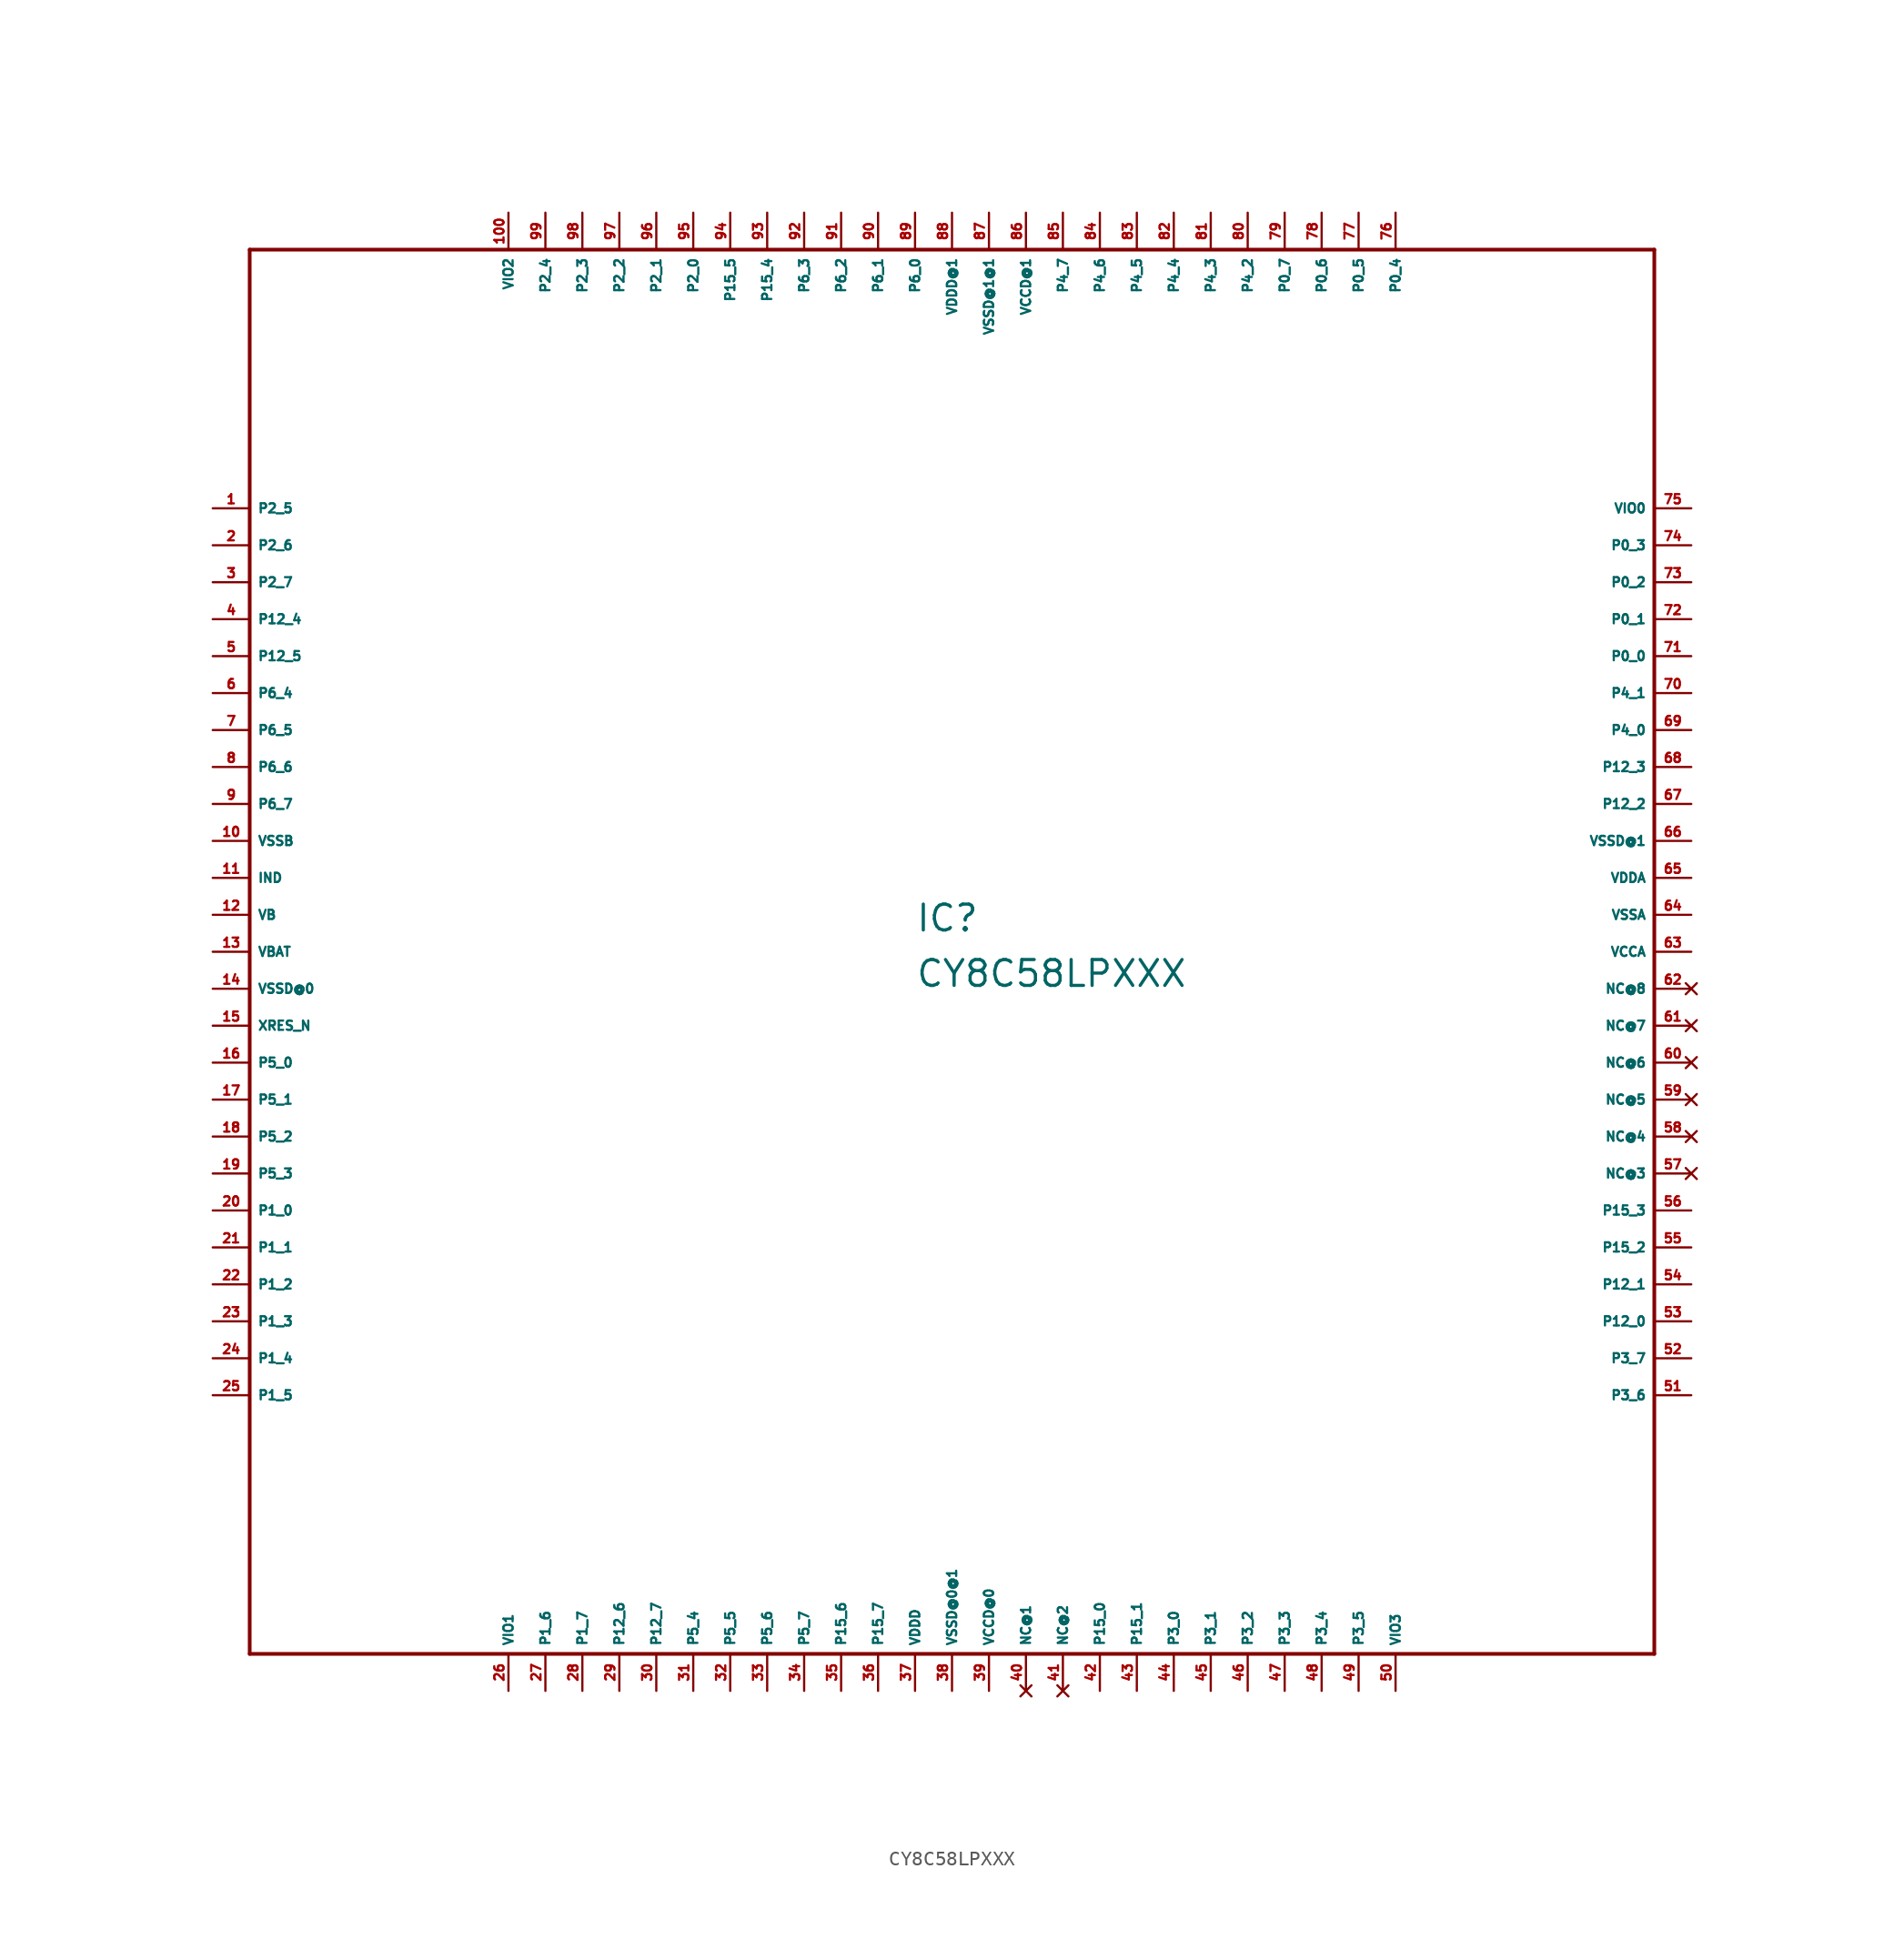
<source format=kicad_sym>
(kicad_symbol_lib
  (version 20220914)
  (generator Eagle2Kicad)
  (symbol "CY8C58LPXXX"
    (property "Reference" "IC"
      (at -2.54 1.27 0)
      (effects (font (size 1.778 1.778) (thickness 0.22)) (justify left bottom)))
    (property "Value" "CY8C58LPXXX"
      (at -2.54 -2.54 0)
      (effects (font (size 1.778 1.778) (thickness 0.22)) (justify left bottom)))
    (polyline
      (pts (xy -48.26 -48.26) (xy 48.26 -48.26))
      (stroke (width 0.254) (type default))
      (fill (type none)))
    (polyline
      (pts (xy 48.26 -48.26) (xy 48.26 48.26))
      (stroke (width 0.254) (type default))
      (fill (type none)))
    (polyline
      (pts (xy 48.26 48.26) (xy -48.26 48.26))
      (stroke (width 0.254) (type default))
      (fill (type none)))
    (polyline
      (pts (xy -48.26 48.26) (xy -48.26 -48.26))
      (stroke (width 0.254) (type default))
      (fill (type none)))
    (pin bidirectional line
      (at -50.8 30.48 0)
      (length 2.54)
      (name "P2_5" (effects (font (size 0.635 0.635) (thickness 0.08)) (justify left bottom)))
      (number "1" (effects (font (size 0.635 0.635) (thickness 0.08)) (justify left bottom))))
    (pin bidirectional line
      (at -50.8 27.94 0)
      (length 2.54)
      (name "P2_6" (effects (font (size 0.635 0.635) (thickness 0.08)) (justify left bottom)))
      (number "2" (effects (font (size 0.635 0.635) (thickness 0.08)) (justify left bottom))))
    (pin bidirectional line
      (at -50.8 25.4 0)
      (length 2.54)
      (name "P2_7" (effects (font (size 0.635 0.635) (thickness 0.08)) (justify left bottom)))
      (number "3" (effects (font (size 0.635 0.635) (thickness 0.08)) (justify left bottom))))
    (pin bidirectional line
      (at -50.8 22.86 0)
      (length 2.54)
      (name "P12_4" (effects (font (size 0.635 0.635) (thickness 0.08)) (justify left bottom)))
      (number "4" (effects (font (size 0.635 0.635) (thickness 0.08)) (justify left bottom))))
    (pin bidirectional line
      (at -50.8 20.32 0)
      (length 2.54)
      (name "P12_5" (effects (font (size 0.635 0.635) (thickness 0.08)) (justify left bottom)))
      (number "5" (effects (font (size 0.635 0.635) (thickness 0.08)) (justify left bottom))))
    (pin bidirectional line
      (at -50.8 17.78 0)
      (length 2.54)
      (name "P6_4" (effects (font (size 0.635 0.635) (thickness 0.08)) (justify left bottom)))
      (number "6" (effects (font (size 0.635 0.635) (thickness 0.08)) (justify left bottom))))
    (pin bidirectional line
      (at -50.8 15.24 0)
      (length 2.54)
      (name "P6_5" (effects (font (size 0.635 0.635) (thickness 0.08)) (justify left bottom)))
      (number "7" (effects (font (size 0.635 0.635) (thickness 0.08)) (justify left bottom))))
    (pin bidirectional line
      (at -50.8 12.7 0)
      (length 2.54)
      (name "P6_6" (effects (font (size 0.635 0.635) (thickness 0.08)) (justify left bottom)))
      (number "8" (effects (font (size 0.635 0.635) (thickness 0.08)) (justify left bottom))))
    (pin bidirectional line
      (at -50.8 10.16 0)
      (length 2.54)
      (name "P6_7" (effects (font (size 0.635 0.635) (thickness 0.08)) (justify left bottom)))
      (number "9" (effects (font (size 0.635 0.635) (thickness 0.08)) (justify left bottom))))
    (pin unspecified line
      (at -50.8 7.62 0)
      (length 2.54)
      (name "VSSB" (effects (font (size 0.635 0.635) (thickness 0.08)) (justify left bottom)))
      (number "10" (effects (font (size 0.635 0.635) (thickness 0.08)) (justify left bottom))))
    (pin passive line
      (at -50.8 5.08 0)
      (length 2.54)
      (name "IND" (effects (font (size 0.635 0.635) (thickness 0.08)) (justify left bottom)))
      (number "11" (effects (font (size 0.635 0.635) (thickness 0.08)) (justify left bottom))))
    (pin passive line
      (at -50.8 2.54 0)
      (length 2.54)
      (name "VB" (effects (font (size 0.635 0.635) (thickness 0.08)) (justify left bottom)))
      (number "12" (effects (font (size 0.635 0.635) (thickness 0.08)) (justify left bottom))))
    (pin passive line
      (at -50.8 0 0)
      (length 2.54)
      (name "VBAT" (effects (font (size 0.635 0.635) (thickness 0.08)) (justify left bottom)))
      (number "13" (effects (font (size 0.635 0.635) (thickness 0.08)) (justify left bottom))))
    (pin unspecified line
      (at -50.8 -2.54 0)
      (length 2.54)
      (name "VSSD@0" (effects (font (size 0.635 0.635) (thickness 0.08)) (justify left bottom)))
      (number "14" (effects (font (size 0.635 0.635) (thickness 0.08)) (justify left bottom))))
    (pin input line
      (at -50.8 -5.08 0)
      (length 2.54)
      (name "XRES_N" (effects (font (size 0.635 0.635) (thickness 0.08)) (justify left bottom)))
      (number "15" (effects (font (size 0.635 0.635) (thickness 0.08)) (justify left bottom))))
    (pin bidirectional line
      (at -50.8 -7.62 0)
      (length 2.54)
      (name "P5_0" (effects (font (size 0.635 0.635) (thickness 0.08)) (justify left bottom)))
      (number "16" (effects (font (size 0.635 0.635) (thickness 0.08)) (justify left bottom))))
    (pin bidirectional line
      (at -50.8 -10.16 0)
      (length 2.54)
      (name "P5_1" (effects (font (size 0.635 0.635) (thickness 0.08)) (justify left bottom)))
      (number "17" (effects (font (size 0.635 0.635) (thickness 0.08)) (justify left bottom))))
    (pin bidirectional line
      (at -50.8 -12.7 0)
      (length 2.54)
      (name "P5_2" (effects (font (size 0.635 0.635) (thickness 0.08)) (justify left bottom)))
      (number "18" (effects (font (size 0.635 0.635) (thickness 0.08)) (justify left bottom))))
    (pin bidirectional line
      (at -50.8 -15.24 0)
      (length 2.54)
      (name "P5_3" (effects (font (size 0.635 0.635) (thickness 0.08)) (justify left bottom)))
      (number "19" (effects (font (size 0.635 0.635) (thickness 0.08)) (justify left bottom))))
    (pin input line
      (at -50.8 -17.78 0)
      (length 2.54)
      (name "P1_0" (effects (font (size 0.635 0.635) (thickness 0.08)) (justify left bottom)))
      (number "20" (effects (font (size 0.635 0.635) (thickness 0.08)) (justify left bottom))))
    (pin input line
      (at -50.8 -20.32 0)
      (length 2.54)
      (name "P1_1" (effects (font (size 0.635 0.635) (thickness 0.08)) (justify left bottom)))
      (number "21" (effects (font (size 0.635 0.635) (thickness 0.08)) (justify left bottom))))
    (pin bidirectional line
      (at -50.8 -22.86 0)
      (length 2.54)
      (name "P1_2" (effects (font (size 0.635 0.635) (thickness 0.08)) (justify left bottom)))
      (number "22" (effects (font (size 0.635 0.635) (thickness 0.08)) (justify left bottom))))
    (pin output line
      (at -50.8 -25.4 0)
      (length 2.54)
      (name "P1_3" (effects (font (size 0.635 0.635) (thickness 0.08)) (justify left bottom)))
      (number "23" (effects (font (size 0.635 0.635) (thickness 0.08)) (justify left bottom))))
    (pin input line
      (at -50.8 -27.94 0)
      (length 2.54)
      (name "P1_4" (effects (font (size 0.635 0.635) (thickness 0.08)) (justify left bottom)))
      (number "24" (effects (font (size 0.635 0.635) (thickness 0.08)) (justify left bottom))))
    (pin bidirectional line
      (at -50.8 -30.48 0)
      (length 2.54)
      (name "P1_5" (effects (font (size 0.635 0.635) (thickness 0.08)) (justify left bottom)))
      (number "25" (effects (font (size 0.635 0.635) (thickness 0.08)) (justify left bottom))))
    (pin passive line
      (at -30.48 -50.8 90)
      (length 2.54)
      (name "VIO1" (effects (font (size 0.635 0.635) (thickness 0.08)) (justify left bottom)))
      (number "26" (effects (font (size 0.635 0.635) (thickness 0.08)) (justify left bottom))))
    (pin bidirectional line
      (at -27.94 -50.8 90)
      (length 2.54)
      (name "P1_6" (effects (font (size 0.635 0.635) (thickness 0.08)) (justify left bottom)))
      (number "27" (effects (font (size 0.635 0.635) (thickness 0.08)) (justify left bottom))))
    (pin bidirectional line
      (at -25.4 -50.8 90)
      (length 2.54)
      (name "P1_7" (effects (font (size 0.635 0.635) (thickness 0.08)) (justify left bottom)))
      (number "28" (effects (font (size 0.635 0.635) (thickness 0.08)) (justify left bottom))))
    (pin bidirectional line
      (at -22.86 -50.8 90)
      (length 2.54)
      (name "P12_6" (effects (font (size 0.635 0.635) (thickness 0.08)) (justify left bottom)))
      (number "29" (effects (font (size 0.635 0.635) (thickness 0.08)) (justify left bottom))))
    (pin bidirectional line
      (at -20.32 -50.8 90)
      (length 2.54)
      (name "P12_7" (effects (font (size 0.635 0.635) (thickness 0.08)) (justify left bottom)))
      (number "30" (effects (font (size 0.635 0.635) (thickness 0.08)) (justify left bottom))))
    (pin bidirectional line
      (at -17.78 -50.8 90)
      (length 2.54)
      (name "P5_4" (effects (font (size 0.635 0.635) (thickness 0.08)) (justify left bottom)))
      (number "31" (effects (font (size 0.635 0.635) (thickness 0.08)) (justify left bottom))))
    (pin bidirectional line
      (at -15.24 -50.8 90)
      (length 2.54)
      (name "P5_5" (effects (font (size 0.635 0.635) (thickness 0.08)) (justify left bottom)))
      (number "32" (effects (font (size 0.635 0.635) (thickness 0.08)) (justify left bottom))))
    (pin bidirectional line
      (at -12.7 -50.8 90)
      (length 2.54)
      (name "P5_6" (effects (font (size 0.635 0.635) (thickness 0.08)) (justify left bottom)))
      (number "33" (effects (font (size 0.635 0.635) (thickness 0.08)) (justify left bottom))))
    (pin bidirectional line
      (at -10.16 -50.8 90)
      (length 2.54)
      (name "P5_7" (effects (font (size 0.635 0.635) (thickness 0.08)) (justify left bottom)))
      (number "34" (effects (font (size 0.635 0.635) (thickness 0.08)) (justify left bottom))))
    (pin tri_state line
      (at -7.62 -50.8 90)
      (length 2.54)
      (name "P15_6" (effects (font (size 0.635 0.635) (thickness 0.08)) (justify left bottom)))
      (number "35" (effects (font (size 0.635 0.635) (thickness 0.08)) (justify left bottom))))
    (pin tri_state line
      (at -5.08 -50.8 90)
      (length 2.54)
      (name "P15_7" (effects (font (size 0.635 0.635) (thickness 0.08)) (justify left bottom)))
      (number "36" (effects (font (size 0.635 0.635) (thickness 0.08)) (justify left bottom))))
    (pin unspecified line
      (at -2.54 -50.8 90)
      (length 2.54)
      (name "VDDD" (effects (font (size 0.635 0.635) (thickness 0.08)) (justify left bottom)))
      (number "37" (effects (font (size 0.635 0.635) (thickness 0.08)) (justify left bottom))))
    (pin unspecified line
      (at 0 -50.8 90)
      (length 2.54)
      (name "VSSD@0@1" (effects (font (size 0.635 0.635) (thickness 0.08)) (justify left bottom)))
      (number "38" (effects (font (size 0.635 0.635) (thickness 0.08)) (justify left bottom))))
    (pin unspecified line
      (at 2.54 -50.8 90)
      (length 2.54)
      (name "VCCD@0" (effects (font (size 0.635 0.635) (thickness 0.08)) (justify left bottom)))
      (number "39" (effects (font (size 0.635 0.635) (thickness 0.08)) (justify left bottom))))
    (pin bidirectional line
      (at 10.16 -50.8 90)
      (length 2.54)
      (name "P15_0" (effects (font (size 0.635 0.635) (thickness 0.08)) (justify left bottom)))
      (number "42" (effects (font (size 0.635 0.635) (thickness 0.08)) (justify left bottom))))
    (pin bidirectional line
      (at 12.7 -50.8 90)
      (length 2.54)
      (name "P15_1" (effects (font (size 0.635 0.635) (thickness 0.08)) (justify left bottom)))
      (number "43" (effects (font (size 0.635 0.635) (thickness 0.08)) (justify left bottom))))
    (pin bidirectional line
      (at 15.24 -50.8 90)
      (length 2.54)
      (name "P3_0" (effects (font (size 0.635 0.635) (thickness 0.08)) (justify left bottom)))
      (number "44" (effects (font (size 0.635 0.635) (thickness 0.08)) (justify left bottom))))
    (pin bidirectional line
      (at 17.78 -50.8 90)
      (length 2.54)
      (name "P3_1" (effects (font (size 0.635 0.635) (thickness 0.08)) (justify left bottom)))
      (number "45" (effects (font (size 0.635 0.635) (thickness 0.08)) (justify left bottom))))
    (pin bidirectional line
      (at 20.32 -50.8 90)
      (length 2.54)
      (name "P3_2" (effects (font (size 0.635 0.635) (thickness 0.08)) (justify left bottom)))
      (number "46" (effects (font (size 0.635 0.635) (thickness 0.08)) (justify left bottom))))
    (pin bidirectional line
      (at 22.86 -50.8 90)
      (length 2.54)
      (name "P3_3" (effects (font (size 0.635 0.635) (thickness 0.08)) (justify left bottom)))
      (number "47" (effects (font (size 0.635 0.635) (thickness 0.08)) (justify left bottom))))
    (pin bidirectional line
      (at 25.4 -50.8 90)
      (length 2.54)
      (name "P3_4" (effects (font (size 0.635 0.635) (thickness 0.08)) (justify left bottom)))
      (number "48" (effects (font (size 0.635 0.635) (thickness 0.08)) (justify left bottom))))
    (pin bidirectional line
      (at 27.94 -50.8 90)
      (length 2.54)
      (name "P3_5" (effects (font (size 0.635 0.635) (thickness 0.08)) (justify left bottom)))
      (number "49" (effects (font (size 0.635 0.635) (thickness 0.08)) (justify left bottom))))
    (pin passive line
      (at 30.48 -50.8 90)
      (length 2.54)
      (name "VIO3" (effects (font (size 0.635 0.635) (thickness 0.08)) (justify left bottom)))
      (number "50" (effects (font (size 0.635 0.635) (thickness 0.08)) (justify left bottom))))
    (pin bidirectional line
      (at 50.8 -30.48 180)
      (length 2.54)
      (name "P3_6" (effects (font (size 0.635 0.635) (thickness 0.08)) (justify left bottom)))
      (number "51" (effects (font (size 0.635 0.635) (thickness 0.08)) (justify left bottom))))
    (pin bidirectional line
      (at 50.8 -27.94 180)
      (length 2.54)
      (name "P3_7" (effects (font (size 0.635 0.635) (thickness 0.08)) (justify left bottom)))
      (number "52" (effects (font (size 0.635 0.635) (thickness 0.08)) (justify left bottom))))
    (pin bidirectional line
      (at 50.8 -25.4 180)
      (length 2.54)
      (name "P12_0" (effects (font (size 0.635 0.635) (thickness 0.08)) (justify left bottom)))
      (number "53" (effects (font (size 0.635 0.635) (thickness 0.08)) (justify left bottom))))
    (pin bidirectional line
      (at 50.8 -22.86 180)
      (length 2.54)
      (name "P12_1" (effects (font (size 0.635 0.635) (thickness 0.08)) (justify left bottom)))
      (number "54" (effects (font (size 0.635 0.635) (thickness 0.08)) (justify left bottom))))
    (pin bidirectional line
      (at 50.8 -20.32 180)
      (length 2.54)
      (name "P15_2" (effects (font (size 0.635 0.635) (thickness 0.08)) (justify left bottom)))
      (number "55" (effects (font (size 0.635 0.635) (thickness 0.08)) (justify left bottom))))
    (pin bidirectional line
      (at 50.8 -17.78 180)
      (length 2.54)
      (name "P15_3" (effects (font (size 0.635 0.635) (thickness 0.08)) (justify left bottom)))
      (number "56" (effects (font (size 0.635 0.635) (thickness 0.08)) (justify left bottom))))
    (pin unspecified line
      (at 50.8 0 180)
      (length 2.54)
      (name "VCCA" (effects (font (size 0.635 0.635) (thickness 0.08)) (justify left bottom)))
      (number "63" (effects (font (size 0.635 0.635) (thickness 0.08)) (justify left bottom))))
    (pin unspecified line
      (at 50.8 2.54 180)
      (length 2.54)
      (name "VSSA" (effects (font (size 0.635 0.635) (thickness 0.08)) (justify left bottom)))
      (number "64" (effects (font (size 0.635 0.635) (thickness 0.08)) (justify left bottom))))
    (pin unspecified line
      (at 50.8 5.08 180)
      (length 2.54)
      (name "VDDA" (effects (font (size 0.635 0.635) (thickness 0.08)) (justify left bottom)))
      (number "65" (effects (font (size 0.635 0.635) (thickness 0.08)) (justify left bottom))))
    (pin unspecified line
      (at 50.8 7.62 180)
      (length 2.54)
      (name "VSSD@1" (effects (font (size 0.635 0.635) (thickness 0.08)) (justify left bottom)))
      (number "66" (effects (font (size 0.635 0.635) (thickness 0.08)) (justify left bottom))))
    (pin bidirectional line
      (at 50.8 10.16 180)
      (length 2.54)
      (name "P12_2" (effects (font (size 0.635 0.635) (thickness 0.08)) (justify left bottom)))
      (number "67" (effects (font (size 0.635 0.635) (thickness 0.08)) (justify left bottom))))
    (pin bidirectional line
      (at 50.8 12.7 180)
      (length 2.54)
      (name "P12_3" (effects (font (size 0.635 0.635) (thickness 0.08)) (justify left bottom)))
      (number "68" (effects (font (size 0.635 0.635) (thickness 0.08)) (justify left bottom))))
    (pin bidirectional line
      (at 50.8 15.24 180)
      (length 2.54)
      (name "P4_0" (effects (font (size 0.635 0.635) (thickness 0.08)) (justify left bottom)))
      (number "69" (effects (font (size 0.635 0.635) (thickness 0.08)) (justify left bottom))))
    (pin bidirectional line
      (at 50.8 17.78 180)
      (length 2.54)
      (name "P4_1" (effects (font (size 0.635 0.635) (thickness 0.08)) (justify left bottom)))
      (number "70" (effects (font (size 0.635 0.635) (thickness 0.08)) (justify left bottom))))
    (pin bidirectional line
      (at 50.8 20.32 180)
      (length 2.54)
      (name "P0_0" (effects (font (size 0.635 0.635) (thickness 0.08)) (justify left bottom)))
      (number "71" (effects (font (size 0.635 0.635) (thickness 0.08)) (justify left bottom))))
    (pin bidirectional line
      (at 50.8 22.86 180)
      (length 2.54)
      (name "P0_1" (effects (font (size 0.635 0.635) (thickness 0.08)) (justify left bottom)))
      (number "72" (effects (font (size 0.635 0.635) (thickness 0.08)) (justify left bottom))))
    (pin bidirectional line
      (at 50.8 25.4 180)
      (length 2.54)
      (name "P0_2" (effects (font (size 0.635 0.635) (thickness 0.08)) (justify left bottom)))
      (number "73" (effects (font (size 0.635 0.635) (thickness 0.08)) (justify left bottom))))
    (pin bidirectional line
      (at 50.8 27.94 180)
      (length 2.54)
      (name "P0_3" (effects (font (size 0.635 0.635) (thickness 0.08)) (justify left bottom)))
      (number "74" (effects (font (size 0.635 0.635) (thickness 0.08)) (justify left bottom))))
    (pin passive line
      (at 50.8 30.48 180)
      (length 2.54)
      (name "VIO0" (effects (font (size 0.635 0.635) (thickness 0.08)) (justify left bottom)))
      (number "75" (effects (font (size 0.635 0.635) (thickness 0.08)) (justify left bottom))))
    (pin bidirectional line
      (at 30.48 50.8 270)
      (length 2.54)
      (name "P0_4" (effects (font (size 0.635 0.635) (thickness 0.08)) (justify left bottom)))
      (number "76" (effects (font (size 0.635 0.635) (thickness 0.08)) (justify left bottom))))
    (pin bidirectional line
      (at 27.94 50.8 270)
      (length 2.54)
      (name "P0_5" (effects (font (size 0.635 0.635) (thickness 0.08)) (justify left bottom)))
      (number "77" (effects (font (size 0.635 0.635) (thickness 0.08)) (justify left bottom))))
    (pin bidirectional line
      (at 25.4 50.8 270)
      (length 2.54)
      (name "P0_6" (effects (font (size 0.635 0.635) (thickness 0.08)) (justify left bottom)))
      (number "78" (effects (font (size 0.635 0.635) (thickness 0.08)) (justify left bottom))))
    (pin bidirectional line
      (at 22.86 50.8 270)
      (length 2.54)
      (name "P0_7" (effects (font (size 0.635 0.635) (thickness 0.08)) (justify left bottom)))
      (number "79" (effects (font (size 0.635 0.635) (thickness 0.08)) (justify left bottom))))
    (pin bidirectional line
      (at 20.32 50.8 270)
      (length 2.54)
      (name "P4_2" (effects (font (size 0.635 0.635) (thickness 0.08)) (justify left bottom)))
      (number "80" (effects (font (size 0.635 0.635) (thickness 0.08)) (justify left bottom))))
    (pin bidirectional line
      (at 17.78 50.8 270)
      (length 2.54)
      (name "P4_3" (effects (font (size 0.635 0.635) (thickness 0.08)) (justify left bottom)))
      (number "81" (effects (font (size 0.635 0.635) (thickness 0.08)) (justify left bottom))))
    (pin bidirectional line
      (at 15.24 50.8 270)
      (length 2.54)
      (name "P4_4" (effects (font (size 0.635 0.635) (thickness 0.08)) (justify left bottom)))
      (number "82" (effects (font (size 0.635 0.635) (thickness 0.08)) (justify left bottom))))
    (pin bidirectional line
      (at 12.7 50.8 270)
      (length 2.54)
      (name "P4_5" (effects (font (size 0.635 0.635) (thickness 0.08)) (justify left bottom)))
      (number "83" (effects (font (size 0.635 0.635) (thickness 0.08)) (justify left bottom))))
    (pin bidirectional line
      (at 10.16 50.8 270)
      (length 2.54)
      (name "P4_6" (effects (font (size 0.635 0.635) (thickness 0.08)) (justify left bottom)))
      (number "84" (effects (font (size 0.635 0.635) (thickness 0.08)) (justify left bottom))))
    (pin bidirectional line
      (at 7.62 50.8 270)
      (length 2.54)
      (name "P4_7" (effects (font (size 0.635 0.635) (thickness 0.08)) (justify left bottom)))
      (number "85" (effects (font (size 0.635 0.635) (thickness 0.08)) (justify left bottom))))
    (pin unspecified line
      (at 5.08 50.8 270)
      (length 2.54)
      (name "VCCD@1" (effects (font (size 0.635 0.635) (thickness 0.08)) (justify left bottom)))
      (number "86" (effects (font (size 0.635 0.635) (thickness 0.08)) (justify left bottom))))
    (pin unspecified line
      (at 2.54 50.8 270)
      (length 2.54)
      (name "VSSD@1@1" (effects (font (size 0.635 0.635) (thickness 0.08)) (justify left bottom)))
      (number "87" (effects (font (size 0.635 0.635) (thickness 0.08)) (justify left bottom))))
    (pin unspecified line
      (at 0 50.8 270)
      (length 2.54)
      (name "VDDD@1" (effects (font (size 0.635 0.635) (thickness 0.08)) (justify left bottom)))
      (number "88" (effects (font (size 0.635 0.635) (thickness 0.08)) (justify left bottom))))
    (pin bidirectional line
      (at -2.54 50.8 270)
      (length 2.54)
      (name "P6_0" (effects (font (size 0.635 0.635) (thickness 0.08)) (justify left bottom)))
      (number "89" (effects (font (size 0.635 0.635) (thickness 0.08)) (justify left bottom))))
    (pin bidirectional line
      (at -5.08 50.8 270)
      (length 2.54)
      (name "P6_1" (effects (font (size 0.635 0.635) (thickness 0.08)) (justify left bottom)))
      (number "90" (effects (font (size 0.635 0.635) (thickness 0.08)) (justify left bottom))))
    (pin bidirectional line
      (at -7.62 50.8 270)
      (length 2.54)
      (name "P6_2" (effects (font (size 0.635 0.635) (thickness 0.08)) (justify left bottom)))
      (number "91" (effects (font (size 0.635 0.635) (thickness 0.08)) (justify left bottom))))
    (pin bidirectional line
      (at -10.16 50.8 270)
      (length 2.54)
      (name "P6_3" (effects (font (size 0.635 0.635) (thickness 0.08)) (justify left bottom)))
      (number "92" (effects (font (size 0.635 0.635) (thickness 0.08)) (justify left bottom))))
    (pin bidirectional line
      (at -12.7 50.8 270)
      (length 2.54)
      (name "P15_4" (effects (font (size 0.635 0.635) (thickness 0.08)) (justify left bottom)))
      (number "93" (effects (font (size 0.635 0.635) (thickness 0.08)) (justify left bottom))))
    (pin bidirectional line
      (at -15.24 50.8 270)
      (length 2.54)
      (name "P15_5" (effects (font (size 0.635 0.635) (thickness 0.08)) (justify left bottom)))
      (number "94" (effects (font (size 0.635 0.635) (thickness 0.08)) (justify left bottom))))
    (pin bidirectional line
      (at -17.78 50.8 270)
      (length 2.54)
      (name "P2_0" (effects (font (size 0.635 0.635) (thickness 0.08)) (justify left bottom)))
      (number "95" (effects (font (size 0.635 0.635) (thickness 0.08)) (justify left bottom))))
    (pin bidirectional line
      (at -20.32 50.8 270)
      (length 2.54)
      (name "P2_1" (effects (font (size 0.635 0.635) (thickness 0.08)) (justify left bottom)))
      (number "96" (effects (font (size 0.635 0.635) (thickness 0.08)) (justify left bottom))))
    (pin bidirectional line
      (at -22.86 50.8 270)
      (length 2.54)
      (name "P2_2" (effects (font (size 0.635 0.635) (thickness 0.08)) (justify left bottom)))
      (number "97" (effects (font (size 0.635 0.635) (thickness 0.08)) (justify left bottom))))
    (pin bidirectional line
      (at -25.4 50.8 270)
      (length 2.54)
      (name "P2_3" (effects (font (size 0.635 0.635) (thickness 0.08)) (justify left bottom)))
      (number "98" (effects (font (size 0.635 0.635) (thickness 0.08)) (justify left bottom))))
    (pin bidirectional line
      (at -27.94 50.8 270)
      (length 2.54)
      (name "P2_4" (effects (font (size 0.635 0.635) (thickness 0.08)) (justify left bottom)))
      (number "99" (effects (font (size 0.635 0.635) (thickness 0.08)) (justify left bottom))))
    (pin passive line
      (at -30.48 50.8 270)
      (length 2.54)
      (name "VIO2" (effects (font (size 0.635 0.635) (thickness 0.08)) (justify left bottom)))
      (number "100" (effects (font (size 0.635 0.635) (thickness 0.08)) (justify left bottom))))
    (pin no_connect line
      (at 5.08 -50.8 90)
      (length 2.54)
      (name "NC@1" (effects (font (size 0.635 0.635) (thickness 0.08)) (justify left bottom) hide))
      (number "40" (effects (font (size 0.635 0.635) (thickness 0.08)) (justify left bottom) hide)))
    (pin no_connect line
      (at 7.62 -50.8 90)
      (length 2.54)
      (name "NC@2" (effects (font (size 0.635 0.635) (thickness 0.08)) (justify left bottom) hide))
      (number "41" (effects (font (size 0.635 0.635) (thickness 0.08)) (justify left bottom) hide)))
    (pin no_connect line
      (at 50.8 -15.24 180)
      (length 2.54)
      (name "NC@3" (effects (font (size 0.635 0.635) (thickness 0.08)) (justify left bottom) hide))
      (number "57" (effects (font (size 0.635 0.635) (thickness 0.08)) (justify left bottom) hide)))
    (pin no_connect line
      (at 50.8 -12.7 180)
      (length 2.54)
      (name "NC@4" (effects (font (size 0.635 0.635) (thickness 0.08)) (justify left bottom) hide))
      (number "58" (effects (font (size 0.635 0.635) (thickness 0.08)) (justify left bottom) hide)))
    (pin no_connect line
      (at 50.8 -10.16 180)
      (length 2.54)
      (name "NC@5" (effects (font (size 0.635 0.635) (thickness 0.08)) (justify left bottom) hide))
      (number "59" (effects (font (size 0.635 0.635) (thickness 0.08)) (justify left bottom) hide)))
    (pin no_connect line
      (at 50.8 -7.62 180)
      (length 2.54)
      (name "NC@6" (effects (font (size 0.635 0.635) (thickness 0.08)) (justify left bottom) hide))
      (number "60" (effects (font (size 0.635 0.635) (thickness 0.08)) (justify left bottom) hide)))
    (pin no_connect line
      (at 50.8 -5.08 180)
      (length 2.54)
      (name "NC@7" (effects (font (size 0.635 0.635) (thickness 0.08)) (justify left bottom) hide))
      (number "61" (effects (font (size 0.635 0.635) (thickness 0.08)) (justify left bottom) hide)))
    (pin no_connect line
      (at 50.8 -2.54 180)
      (length 2.54)
      (name "NC@8" (effects (font (size 0.635 0.635) (thickness 0.08)) (justify left bottom) hide))
      (number "62" (effects (font (size 0.635 0.635) (thickness 0.08)) (justify left bottom) hide)))))
</source>
